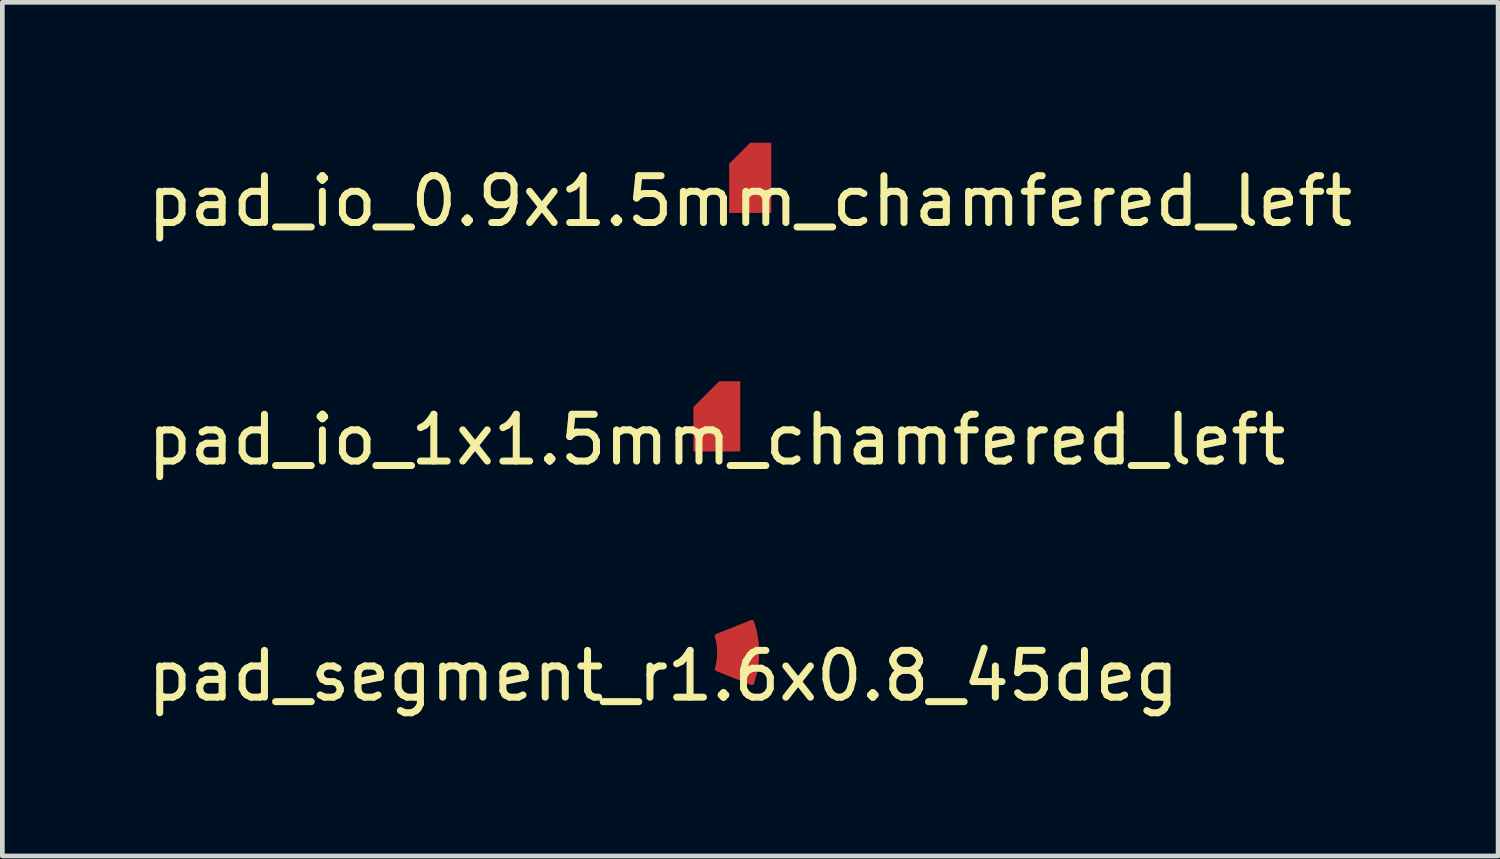
<source format=kicad_pcb>
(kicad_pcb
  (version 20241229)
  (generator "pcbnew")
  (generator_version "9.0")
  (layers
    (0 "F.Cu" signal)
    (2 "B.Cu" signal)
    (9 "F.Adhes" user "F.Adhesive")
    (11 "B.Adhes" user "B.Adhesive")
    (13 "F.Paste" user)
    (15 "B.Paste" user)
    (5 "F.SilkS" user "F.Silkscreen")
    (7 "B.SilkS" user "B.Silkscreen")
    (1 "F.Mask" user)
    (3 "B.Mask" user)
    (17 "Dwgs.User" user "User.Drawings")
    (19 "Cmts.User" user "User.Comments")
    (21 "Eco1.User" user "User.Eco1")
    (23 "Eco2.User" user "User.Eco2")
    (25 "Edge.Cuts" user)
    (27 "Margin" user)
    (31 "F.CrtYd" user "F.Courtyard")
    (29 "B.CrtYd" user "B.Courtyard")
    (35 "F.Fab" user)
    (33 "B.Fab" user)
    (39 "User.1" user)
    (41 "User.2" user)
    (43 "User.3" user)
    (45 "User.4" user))
  (footprint "pad_segment_r1.6x0.8_45deg"
    (layer "F.Cu")
    (at 11.125 10.894)
    (property "Reference" "pad_segment_r1.6x0.8_45deg" (at 0 0.5 0) (layer "F.SilkS") (effects (font (size 1 1) (thickness 0.15))))
    (attr exclude_from_pos_files exclude_from_bom)
    (pad "1" smd custom (at 1.6 0) (size 0.5 0.5) (layers "F.Cu" "F.Mask") (options (anchor circle)) (primitives (gr_arc (start 0.399999 0) (mid 0.373143 0.326652) (end 0.293298 0.644531) (width 0.1)) (gr_poly (pts (xy 0.35 -0.45) (xy 0.4 -0.25) (xy 0.4 0.25) (xy 0.35 0.45) (xy 0.292 0.647) (xy -0.45 0.35) (xy -0.4 0.15) (xy -0.4 -0.15) (xy -0.45 -0.35) (xy 0.3 -0.65)) (width 0.05) (fill yes)) (gr_line (start -0.452 -0.349) (end 0.292 -0.647) (width 0.1)) (gr_line (start -0.452 0.349) (end 0.292 0.647) (width 0.1)) (gr_arc (start -0.451825 -0.348842) (mid -0.413028 -0.176335) (end -0.400001 0) (width 0.1)) (gr_arc (start -0.400001 0) (mid -0.413028 0.176335) (end -0.451825 0.348842) (width 0.1)) (gr_arc (start 0.293298 -0.644531) (mid 0.373144 -0.326652) (end 0.399999 0) (width 0.1)))))
  (footprint "pad_io_0.9x1.5mm_chamfered_left"
    (layer "F.Cu")
    (at 12.982 0.75)
    (property "Reference" "pad_io_0.9x1.5mm_chamfered_left" (at 0 0.5 0) (layer "F.SilkS") (effects (font (size 1 1) (thickness 0.15))))
    (attr exclude_from_pos_files exclude_from_bom)
    (pad "1" smd custom (at 0 0) (size 0.5 0.5) (layers "F.Cu" "F.Mask") (options (anchor rect)) (primitives (gr_poly (pts (xy 0.45 0.75) (xy -0.45 0.75) (xy -0.45 -0.3) (xy 0 -0.75) (xy 0.45 -0.75)) (width 0) (fill yes)))))
  (footprint "pad_io_1x1.5mm_chamfered_left"
    (layer "F.Cu")
    (at 12.268 5.848)
    (property "Reference" "pad_io_1x1.5mm_chamfered_left" (at 0 0.5 0) (layer "F.SilkS") (effects (font (size 1 1) (thickness 0.15))))
    (attr exclude_from_pos_files exclude_from_bom)
    (pad "1" smd custom (at 0 0) (size 0.2 0.2) (layers "F.Cu" "F.Mask") (options (anchor rect)) (primitives (gr_poly (pts (xy 0.5 0.75) (xy -0.5 0.75) (xy -0.5 -0.2) (xy 0.05 -0.75) (xy 0.5 -0.75)) (width 0) (fill yes)))))
  (gr_rect
    (start -3 -3)
    (end 28.964 15.242)
    (stroke (width 0.1) (type default))
    (fill no)
    (layer "Edge.Cuts")))
</source>
